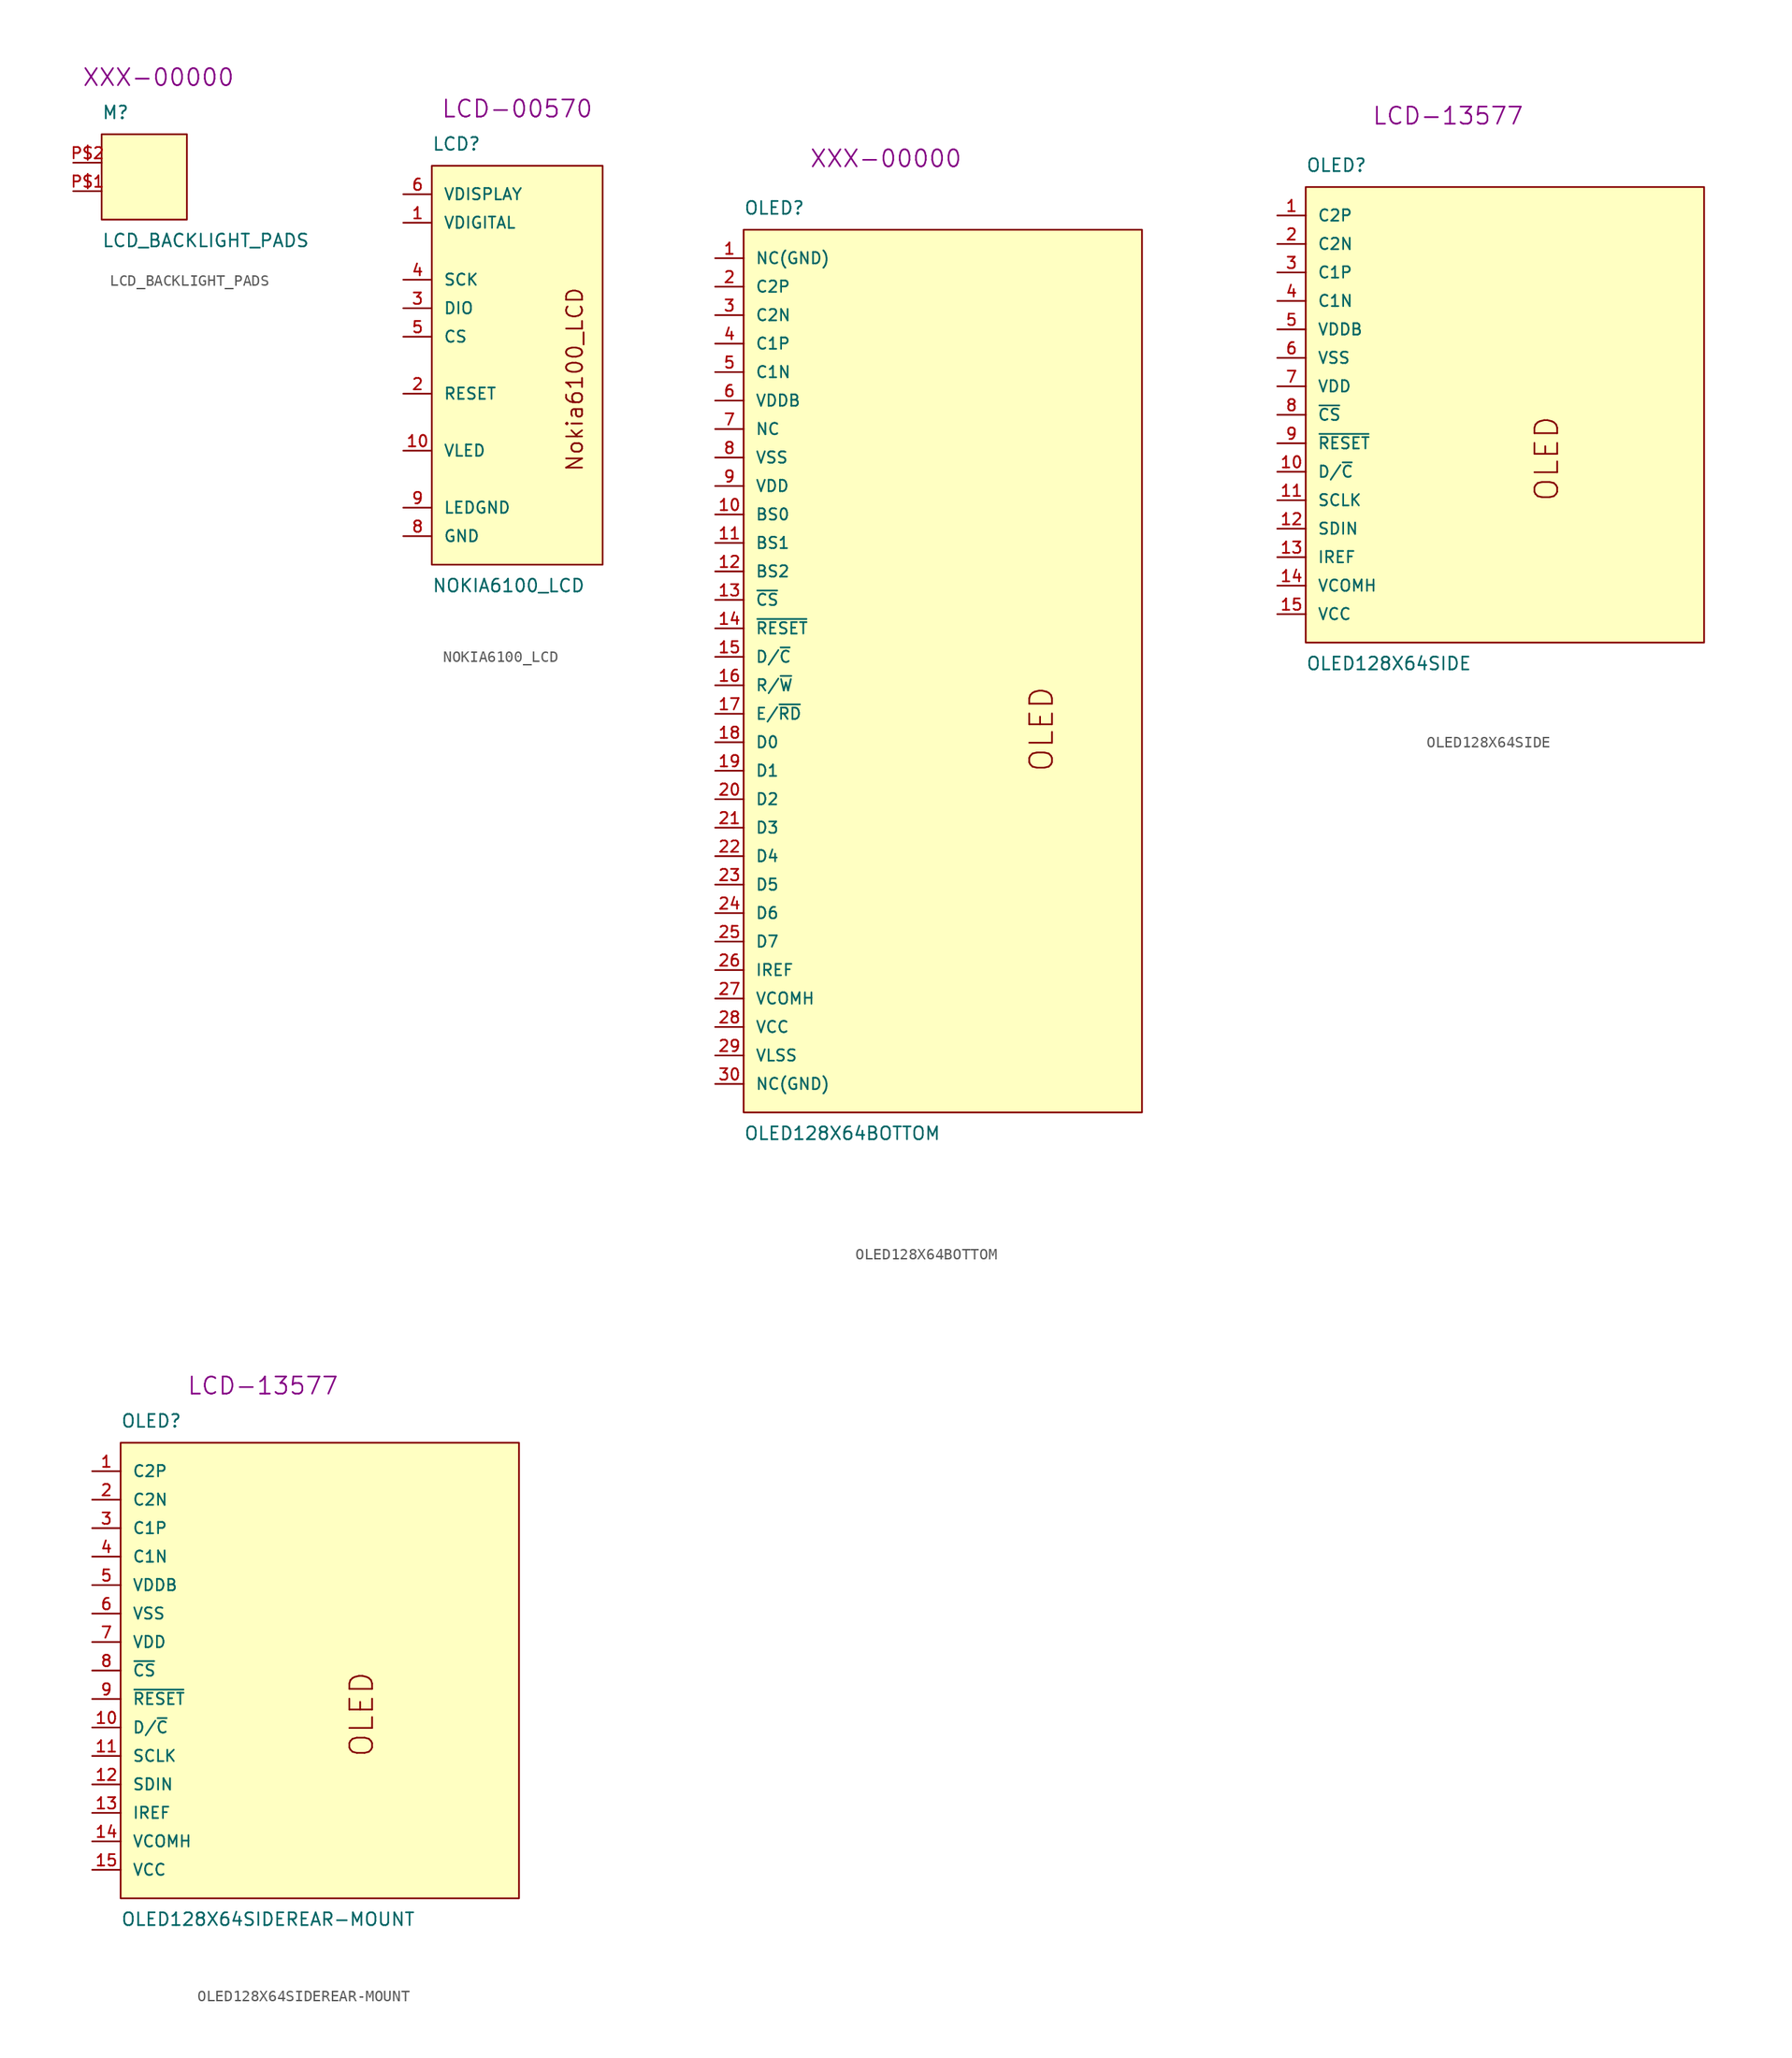
<source format=kicad_sym>
(kicad_symbol_lib
  (version 20220914)
  (generator kicad_symbol_editor)
  (symbol "LCD_BACKLIGHT_PADS"
    (pin_names
      (offset 1.016) hide)
    (property "Reference" "M"
      (at -5.08 3.81 0)
      (effects (font (size 1.143 1.143)) (justify left bottom)))
    (property "Value" "LCD_BACKLIGHT_PADS"
      (at -5.08 -7.62 0)
      (effects (font (size 1.143 1.143)) (justify left bottom)))
    (property "Field4" "XXX-00000"
      (at 0 7.62 0)
      (effects (font (size 1.524 1.524))))
    (property "ki_locked" ""
      (at 0 0 0)
      (effects (font (size 1.27 1.27))))
    (symbol "LCD_BACKLIGHT_PADS_1_1"
      (polyline (pts (xy -5.08 2.54) (xy -5.08 -5.08) (xy 2.54 -5.08) (xy 2.54 2.54) (xy -5.08 2.54)) (stroke (width 0) (type solid)) (fill (type background)))
      (pin bidirectional line (at -7.62 -2.54 0) (length 2.54) (name "A" (effects (font (size 1.016 1.016)))) (number "P$1" (effects (font (size 1.016 1.016)))))
      (pin bidirectional line (at -7.62 0 0) (length 2.54) (name "K" (effects (font (size 1.016 1.016)))) (number "P$2" (effects (font (size 1.016 1.016)))))))
  (symbol "NOKIA6100_LCD"
    (pin_names
      (offset 1.016))
    (property "Reference" "LCD"
      (at -7.62 19.05 0)
      (effects (font (size 1.143 1.143)) (justify left bottom)))
    (property "Value" "NOKIA6100_LCD"
      (at -7.62 -20.32 0)
      (effects (font (size 1.143 1.143)) (justify left bottom)))
    (property "Field4" "LCD-00570"
      (at 0 22.86 0)
      (effects (font (size 1.524 1.524))))
    (property "ki_locked" ""
      (at 0 0 0)
      (effects (font (size 1.27 1.27))))
    (symbol "NOKIA6100_LCD_1_0"
      (text "Nokia6100_LCD" (at 5.131 -1.27 900) (effects (font (size 1.422 1.422)))))
    (symbol "NOKIA6100_LCD_1_1"
      (polyline (pts (xy -7.62 -17.78) (xy -7.62 17.78) (xy 7.62 17.78) (xy 7.62 -17.78) (xy -7.62 -17.78)) (stroke (width 0) (type solid)) (fill (type background)))
      (pin bidirectional line (at -10.16 12.7 0) (length 2.54) (name "VDIGITAL" (effects (font (size 1.016 1.016)))) (number "1" (effects (font (size 1.016 1.016)))))
      (pin bidirectional line (at -10.16 -7.62 0) (length 2.54) (name "VLED" (effects (font (size 1.016 1.016)))) (number "10" (effects (font (size 1.016 1.016)))))
      (pin bidirectional line (at -10.16 -2.54 0) (length 2.54) (name "RESET" (effects (font (size 1.016 1.016)))) (number "2" (effects (font (size 1.016 1.016)))))
      (pin bidirectional line (at -10.16 5.08 0) (length 2.54) (name "DIO" (effects (font (size 1.016 1.016)))) (number "3" (effects (font (size 1.016 1.016)))))
      (pin bidirectional line (at -10.16 7.62 0) (length 2.54) (name "SCK" (effects (font (size 1.016 1.016)))) (number "4" (effects (font (size 1.016 1.016)))))
      (pin bidirectional line (at -10.16 2.54 0) (length 2.54) (name "CS" (effects (font (size 1.016 1.016)))) (number "5" (effects (font (size 1.016 1.016)))))
      (pin bidirectional line (at -10.16 15.24 0) (length 2.54) (name "VDISPLAY" (effects (font (size 1.016 1.016)))) (number "6" (effects (font (size 1.016 1.016)))))
      (pin bidirectional line (at -10.16 -15.24 0) (length 2.54) (name "GND" (effects (font (size 1.016 1.016)))) (number "8" (effects (font (size 1.016 1.016)))))
      (pin bidirectional line (at -10.16 -12.7 0) (length 2.54) (name "LEDGND" (effects (font (size 1.016 1.016)))) (number "9" (effects (font (size 1.016 1.016)))))))
  (symbol "OLED128X64BOTTOM"
    (pin_names
      (offset 1.016))
    (property "Reference" "OLED"
      (at -12.7 41.91 0)
      (effects (font (size 1.143 1.143)) (justify left bottom)))
    (property "Value" "OLED128X64BOTTOM"
      (at -12.7 -40.64 0)
      (effects (font (size 1.143 1.143)) (justify left bottom)))
    (property "Field4" "XXX-00000"
      (at 0 46.99 0)
      (effects (font (size 1.524 1.524))))
    (property "ki_locked" ""
      (at 0 0 0)
      (effects (font (size 1.27 1.27))))
    (symbol "OLED128X64BOTTOM_1_0"
      (text "OLED" (at 13.894 -3.912 900) (effects (font (size 2.032 2.032)))))
    (symbol "OLED128X64BOTTOM_1_1"
      (polyline (pts (xy -12.7 40.64) (xy -12.7 -38.1) (xy 22.86 -38.1) (xy 22.86 40.64) (xy -12.7 40.64)) (stroke (width 0) (type solid)) (fill (type background)))
      (pin bidirectional line (at -15.24 38.1 0) (length 2.54) (name "NC(GND)" (effects (font (size 1.016 1.016)))) (number "1" (effects (font (size 1.016 1.016)))))
      (pin bidirectional line (at -15.24 15.24 0) (length 2.54) (name "BS0" (effects (font (size 1.016 1.016)))) (number "10" (effects (font (size 1.016 1.016)))))
      (pin bidirectional line (at -15.24 12.7 0) (length 2.54) (name "BS1" (effects (font (size 1.016 1.016)))) (number "11" (effects (font (size 1.016 1.016)))))
      (pin bidirectional line (at -15.24 10.16 0) (length 2.54) (name "BS2" (effects (font (size 1.016 1.016)))) (number "12" (effects (font (size 1.016 1.016)))))
      (pin bidirectional line (at -15.24 7.62 0) (length 2.54) (name "~{CS}" (effects (font (size 1.016 1.016)))) (number "13" (effects (font (size 1.016 1.016)))))
      (pin bidirectional line (at -15.24 5.08 0) (length 2.54) (name "~{RESET}" (effects (font (size 1.016 1.016)))) (number "14" (effects (font (size 1.016 1.016)))))
      (pin bidirectional line (at -15.24 2.54 0) (length 2.54) (name "D/~{C}" (effects (font (size 1.016 1.016)))) (number "15" (effects (font (size 1.016 1.016)))))
      (pin bidirectional line (at -15.24 0 0) (length 2.54) (name "R/~{W}" (effects (font (size 1.016 1.016)))) (number "16" (effects (font (size 1.016 1.016)))))
      (pin bidirectional line (at -15.24 -2.54 0) (length 2.54) (name "E/~{RD}" (effects (font (size 1.016 1.016)))) (number "17" (effects (font (size 1.016 1.016)))))
      (pin bidirectional line (at -15.24 -5.08 0) (length 2.54) (name "D0" (effects (font (size 1.016 1.016)))) (number "18" (effects (font (size 1.016 1.016)))))
      (pin bidirectional line (at -15.24 -7.62 0) (length 2.54) (name "D1" (effects (font (size 1.016 1.016)))) (number "19" (effects (font (size 1.016 1.016)))))
      (pin bidirectional line (at -15.24 35.56 0) (length 2.54) (name "C2P" (effects (font (size 1.016 1.016)))) (number "2" (effects (font (size 1.016 1.016)))))
      (pin bidirectional line (at -15.24 -10.16 0) (length 2.54) (name "D2" (effects (font (size 1.016 1.016)))) (number "20" (effects (font (size 1.016 1.016)))))
      (pin bidirectional line (at -15.24 -12.7 0) (length 2.54) (name "D3" (effects (font (size 1.016 1.016)))) (number "21" (effects (font (size 1.016 1.016)))))
      (pin bidirectional line (at -15.24 -15.24 0) (length 2.54) (name "D4" (effects (font (size 1.016 1.016)))) (number "22" (effects (font (size 1.016 1.016)))))
      (pin bidirectional line (at -15.24 -17.78 0) (length 2.54) (name "D5" (effects (font (size 1.016 1.016)))) (number "23" (effects (font (size 1.016 1.016)))))
      (pin bidirectional line (at -15.24 -20.32 0) (length 2.54) (name "D6" (effects (font (size 1.016 1.016)))) (number "24" (effects (font (size 1.016 1.016)))))
      (pin bidirectional line (at -15.24 -22.86 0) (length 2.54) (name "D7" (effects (font (size 1.016 1.016)))) (number "25" (effects (font (size 1.016 1.016)))))
      (pin bidirectional line (at -15.24 -25.4 0) (length 2.54) (name "IREF" (effects (font (size 1.016 1.016)))) (number "26" (effects (font (size 1.016 1.016)))))
      (pin bidirectional line (at -15.24 -27.94 0) (length 2.54) (name "VCOMH" (effects (font (size 1.016 1.016)))) (number "27" (effects (font (size 1.016 1.016)))))
      (pin bidirectional line (at -15.24 -30.48 0) (length 2.54) (name "VCC" (effects (font (size 1.016 1.016)))) (number "28" (effects (font (size 1.016 1.016)))))
      (pin bidirectional line (at -15.24 -33.02 0) (length 2.54) (name "VLSS" (effects (font (size 1.016 1.016)))) (number "29" (effects (font (size 1.016 1.016)))))
      (pin bidirectional line (at -15.24 33.02 0) (length 2.54) (name "C2N" (effects (font (size 1.016 1.016)))) (number "3" (effects (font (size 1.016 1.016)))))
      (pin bidirectional line (at -15.24 -35.56 0) (length 2.54) (name "NC(GND)" (effects (font (size 1.016 1.016)))) (number "30" (effects (font (size 1.016 1.016)))))
      (pin bidirectional line (at -15.24 30.48 0) (length 2.54) (name "C1P" (effects (font (size 1.016 1.016)))) (number "4" (effects (font (size 1.016 1.016)))))
      (pin bidirectional line (at -15.24 27.94 0) (length 2.54) (name "C1N" (effects (font (size 1.016 1.016)))) (number "5" (effects (font (size 1.016 1.016)))))
      (pin bidirectional line (at -15.24 25.4 0) (length 2.54) (name "VDDB" (effects (font (size 1.016 1.016)))) (number "6" (effects (font (size 1.016 1.016)))))
      (pin bidirectional line (at -15.24 22.86 0) (length 2.54) (name "NC" (effects (font (size 1.016 1.016)))) (number "7" (effects (font (size 1.016 1.016)))))
      (pin bidirectional line (at -15.24 20.32 0) (length 2.54) (name "VSS" (effects (font (size 1.016 1.016)))) (number "8" (effects (font (size 1.016 1.016)))))
      (pin bidirectional line (at -15.24 17.78 0) (length 2.54) (name "VDD" (effects (font (size 1.016 1.016)))) (number "9" (effects (font (size 1.016 1.016)))))))
  (symbol "OLED128X64SIDE"
    (pin_names
      (offset 1.016))
    (property "Reference" "OLED"
      (at -12.7 21.59 0)
      (effects (font (size 1.143 1.143)) (justify left bottom)))
    (property "Value" "OLED128X64SIDE"
      (at -12.7 -22.86 0)
      (effects (font (size 1.143 1.143)) (justify left bottom)))
    (property "Field4" "LCD-13577"
      (at 0 26.67 0)
      (effects (font (size 1.524 1.524))))
    (property "ki_locked" ""
      (at 0 0 0)
      (effects (font (size 1.27 1.27))))
    (symbol "OLED128X64SIDE_1_0"
      (text "OLED" (at 8.814 -3.912 900) (effects (font (size 2.032 2.032)))))
    (symbol "OLED128X64SIDE_1_1"
      (polyline (pts (xy -12.7 20.32) (xy -12.7 -20.32) (xy 22.86 -20.32) (xy 22.86 20.32) (xy -12.7 20.32)) (stroke (width 0) (type solid)) (fill (type background)))
      (pin bidirectional line (at -15.24 17.78 0) (length 2.54) (name "C2P" (effects (font (size 1.016 1.016)))) (number "1" (effects (font (size 1.016 1.016)))))
      (pin bidirectional line (at -15.24 -5.08 0) (length 2.54) (name "D/~{C}" (effects (font (size 1.016 1.016)))) (number "10" (effects (font (size 1.016 1.016)))))
      (pin bidirectional line (at -15.24 -7.62 0) (length 2.54) (name "SCLK" (effects (font (size 1.016 1.016)))) (number "11" (effects (font (size 1.016 1.016)))))
      (pin bidirectional line (at -15.24 -10.16 0) (length 2.54) (name "SDIN" (effects (font (size 1.016 1.016)))) (number "12" (effects (font (size 1.016 1.016)))))
      (pin bidirectional line (at -15.24 -12.7 0) (length 2.54) (name "IREF" (effects (font (size 1.016 1.016)))) (number "13" (effects (font (size 1.016 1.016)))))
      (pin bidirectional line (at -15.24 -15.24 0) (length 2.54) (name "VCOMH" (effects (font (size 1.016 1.016)))) (number "14" (effects (font (size 1.016 1.016)))))
      (pin bidirectional line (at -15.24 -17.78 0) (length 2.54) (name "VCC" (effects (font (size 1.016 1.016)))) (number "15" (effects (font (size 1.016 1.016)))))
      (pin bidirectional line (at -15.24 15.24 0) (length 2.54) (name "C2N" (effects (font (size 1.016 1.016)))) (number "2" (effects (font (size 1.016 1.016)))))
      (pin bidirectional line (at -15.24 12.7 0) (length 2.54) (name "C1P" (effects (font (size 1.016 1.016)))) (number "3" (effects (font (size 1.016 1.016)))))
      (pin bidirectional line (at -15.24 10.16 0) (length 2.54) (name "C1N" (effects (font (size 1.016 1.016)))) (number "4" (effects (font (size 1.016 1.016)))))
      (pin bidirectional line (at -15.24 7.62 0) (length 2.54) (name "VDDB" (effects (font (size 1.016 1.016)))) (number "5" (effects (font (size 1.016 1.016)))))
      (pin bidirectional line (at -15.24 5.08 0) (length 2.54) (name "VSS" (effects (font (size 1.016 1.016)))) (number "6" (effects (font (size 1.016 1.016)))))
      (pin bidirectional line (at -15.24 2.54 0) (length 2.54) (name "VDD" (effects (font (size 1.016 1.016)))) (number "7" (effects (font (size 1.016 1.016)))))
      (pin bidirectional line (at -15.24 0 0) (length 2.54) (name "~{CS}" (effects (font (size 1.016 1.016)))) (number "8" (effects (font (size 1.016 1.016)))))
      (pin bidirectional line (at -15.24 -2.54 0) (length 2.54) (name "~{RESET}" (effects (font (size 1.016 1.016)))) (number "9" (effects (font (size 1.016 1.016)))))))
  (symbol "OLED128X64SIDEREAR-MOUNT"
    (pin_names
      (offset 1.016))
    (property "Reference" "OLED"
      (at -12.7 21.59 0)
      (effects (font (size 1.143 1.143)) (justify left bottom)))
    (property "Value" "OLED128X64SIDEREAR-MOUNT"
      (at -12.7 -22.86 0)
      (effects (font (size 1.143 1.143)) (justify left bottom)))
    (property "Field4" "LCD-13577"
      (at 0 25.4 0)
      (effects (font (size 1.524 1.524))))
    (property "ki_locked" ""
      (at 0 0 0)
      (effects (font (size 1.27 1.27))))
    (symbol "OLED128X64SIDEREAR-MOUNT_1_0"
      (text "OLED" (at 8.814 -3.912 900) (effects (font (size 2.032 2.032)))))
    (symbol "OLED128X64SIDEREAR-MOUNT_1_1"
      (polyline (pts (xy -12.7 20.32) (xy -12.7 -20.32) (xy 22.86 -20.32) (xy 22.86 20.32) (xy -12.7 20.32)) (stroke (width 0) (type solid)) (fill (type background)))
      (pin bidirectional line (at -15.24 17.78 0) (length 2.54) (name "C2P" (effects (font (size 1.016 1.016)))) (number "1" (effects (font (size 1.016 1.016)))))
      (pin bidirectional line (at -15.24 -5.08 0) (length 2.54) (name "D/~{C}" (effects (font (size 1.016 1.016)))) (number "10" (effects (font (size 1.016 1.016)))))
      (pin bidirectional line (at -15.24 -7.62 0) (length 2.54) (name "SCLK" (effects (font (size 1.016 1.016)))) (number "11" (effects (font (size 1.016 1.016)))))
      (pin bidirectional line (at -15.24 -10.16 0) (length 2.54) (name "SDIN" (effects (font (size 1.016 1.016)))) (number "12" (effects (font (size 1.016 1.016)))))
      (pin bidirectional line (at -15.24 -12.7 0) (length 2.54) (name "IREF" (effects (font (size 1.016 1.016)))) (number "13" (effects (font (size 1.016 1.016)))))
      (pin bidirectional line (at -15.24 -15.24 0) (length 2.54) (name "VCOMH" (effects (font (size 1.016 1.016)))) (number "14" (effects (font (size 1.016 1.016)))))
      (pin bidirectional line (at -15.24 -17.78 0) (length 2.54) (name "VCC" (effects (font (size 1.016 1.016)))) (number "15" (effects (font (size 1.016 1.016)))))
      (pin bidirectional line (at -15.24 15.24 0) (length 2.54) (name "C2N" (effects (font (size 1.016 1.016)))) (number "2" (effects (font (size 1.016 1.016)))))
      (pin bidirectional line (at -15.24 12.7 0) (length 2.54) (name "C1P" (effects (font (size 1.016 1.016)))) (number "3" (effects (font (size 1.016 1.016)))))
      (pin bidirectional line (at -15.24 10.16 0) (length 2.54) (name "C1N" (effects (font (size 1.016 1.016)))) (number "4" (effects (font (size 1.016 1.016)))))
      (pin bidirectional line (at -15.24 7.62 0) (length 2.54) (name "VDDB" (effects (font (size 1.016 1.016)))) (number "5" (effects (font (size 1.016 1.016)))))
      (pin bidirectional line (at -15.24 5.08 0) (length 2.54) (name "VSS" (effects (font (size 1.016 1.016)))) (number "6" (effects (font (size 1.016 1.016)))))
      (pin bidirectional line (at -15.24 2.54 0) (length 2.54) (name "VDD" (effects (font (size 1.016 1.016)))) (number "7" (effects (font (size 1.016 1.016)))))
      (pin bidirectional line (at -15.24 0 0) (length 2.54) (name "~{CS}" (effects (font (size 1.016 1.016)))) (number "8" (effects (font (size 1.016 1.016)))))
      (pin bidirectional line (at -15.24 -2.54 0) (length 2.54) (name "~{RESET}" (effects (font (size 1.016 1.016)))) (number "9" (effects (font (size 1.016 1.016))))))))
</source>
